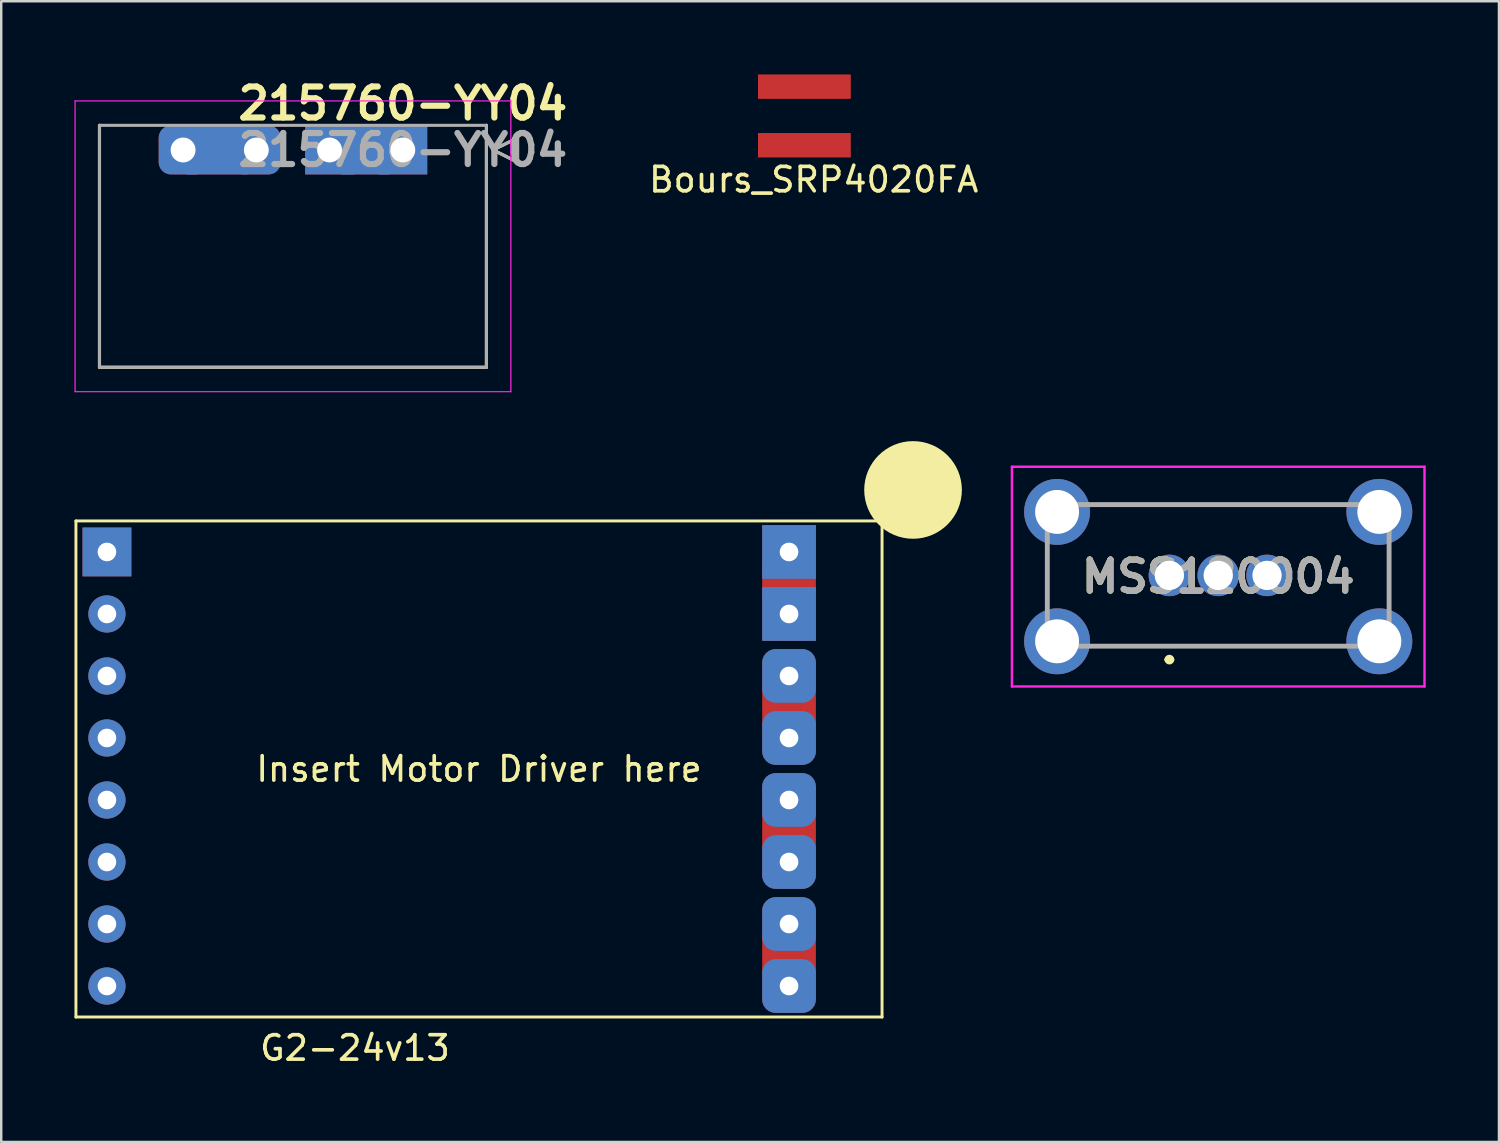
<source format=kicad_pcb>
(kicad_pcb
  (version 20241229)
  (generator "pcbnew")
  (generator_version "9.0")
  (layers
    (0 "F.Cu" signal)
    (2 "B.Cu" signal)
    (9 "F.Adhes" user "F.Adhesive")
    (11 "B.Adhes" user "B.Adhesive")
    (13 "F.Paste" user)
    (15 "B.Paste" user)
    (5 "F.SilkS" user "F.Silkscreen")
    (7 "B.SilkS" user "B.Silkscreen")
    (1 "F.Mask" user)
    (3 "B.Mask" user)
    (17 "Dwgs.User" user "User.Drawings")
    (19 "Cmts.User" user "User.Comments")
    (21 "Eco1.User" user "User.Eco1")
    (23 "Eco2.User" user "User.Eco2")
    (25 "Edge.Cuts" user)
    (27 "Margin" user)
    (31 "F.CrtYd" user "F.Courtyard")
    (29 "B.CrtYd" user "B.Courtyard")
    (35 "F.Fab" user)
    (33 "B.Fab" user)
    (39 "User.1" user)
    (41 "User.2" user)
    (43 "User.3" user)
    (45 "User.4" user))
  (footprint "215760-YY04"
    (layer "F.Cu")
    (at 13.45 3.094)
    (property "Reference" "215760-YY04" (at 0 -1.905 0) (layer "F.SilkS") (effects (font (size 1.27 1.27) (thickness 0.254))))
    (attr through_hole)
    (fp_line (start -12.425 8.9) (end -12.425 -1.01) (stroke (width 0.127) (type solid)) (layer "F.SilkS"))
    (fp_line (start 3.425 -1.01) (end 3.425 8.9) (stroke (width 0.127) (type solid)) (layer "F.SilkS"))
    (fp_line (start 3.425 8.9) (end -12.425 8.9) (stroke (width 0.127) (type solid)) (layer "F.SilkS"))
    (fp_line (start 3.7 0) (end 4.7 -0.5) (stroke (width 0.127) (type solid)) (layer "F.SilkS"))
    (fp_line (start 4.7 -0.5) (end 4.7 0.5) (stroke (width 0.127) (type solid)) (layer "F.SilkS"))
    (fp_line (start 4.7 0.5) (end 3.7 0) (stroke (width 0.127) (type solid)) (layer "F.SilkS"))
    (fp_line (start -13.425 -2.01) (end 4.425 -2.01) (stroke (width 0.05) (type solid)) (layer "F.CrtYd"))
    (fp_line (start -13.425 9.9) (end -13.425 -2.01) (stroke (width 0.05) (type solid)) (layer "F.CrtYd"))
    (fp_line (start 4.425 -2.01) (end 4.425 9.9) (stroke (width 0.05) (type solid)) (layer "F.CrtYd"))
    (fp_line (start 4.425 9.9) (end -13.425 9.9) (stroke (width 0.05) (type solid)) (layer "F.CrtYd"))
    (fp_line (start -12.425 -1.01) (end 3.425 -1.01) (stroke (width 0.127) (type solid)) (layer "F.Fab"))
    (fp_line (start -12.425 8.9) (end -12.425 -1.01) (stroke (width 0.127) (type solid)) (layer "F.Fab"))
    (fp_line (start 3.425 -1.01) (end 3.425 8.9) (stroke (width 0.127) (type solid)) (layer "F.Fab"))
    (fp_line (start 3.425 8.9) (end -12.425 8.9) (stroke (width 0.127) (type solid)) (layer "F.Fab"))
    (fp_line (start 3.7 0) (end 4.7 -0.5) (stroke (width 0.127) (type solid)) (layer "F.Fab"))
    (fp_line (start 4.7 -0.5) (end 4.7 0.5) (stroke (width 0.127) (type solid)) (layer "F.Fab"))
    (fp_line (start 4.7 0.5) (end 3.7 0) (stroke (width 0.127) (type solid)) (layer "F.Fab"))
    (fp_text user "${REFERENCE}" (at 0 0 0) (layer "F.Fab") (effects (font (size 1.27 1.27) (thickness 0.254))))
    (pad "" np_thru_hole circle (at -6.84 4.3) (size 0.001 0.001) (drill 3) (layers "*.Cu" "*.Mask"))
    (pad "" np_thru_hole circle (at -2.16 4.3) (size 0.001 0.001) (drill 3) (layers "*.Cu" "*.Mask"))
    (pad "1" thru_hole rect (at -3 0) (size 2 2) (drill 1.02) (layers "*.Cu" "*.Mask"))
    (pad "1" smd rect (at -1.524 0) (size 2 2) (layers "F.Cu" "F.Mask" "F.Paste"))
    (pad "1" smd rect (at -1.524 0) (size 2 2) (layers "B.Cu" "B.Mask" "B.Paste"))
    (pad "1" thru_hole rect (at 0 0) (size 2 2) (drill 1.02) (layers "*.Cu" "*.Mask"))
    (pad "2" thru_hole roundrect (at -9 0) (size 2 2) (drill 1.02) (layers "*.Cu" "*.Mask") (roundrect_rratio 0.25))
    (pad "2" smd rect (at -7.62 0) (size 2.5 2) (layers "F.Cu" "F.Mask" "F.Paste"))
    (pad "2" smd rect (at -7.62 0) (size 2.5 2) (layers "B.Cu" "B.Mask" "B.Paste"))
    (pad "2" thru_hole roundrect (at -6 0) (size 2 2) (drill 1.02) (layers "*.Cu" "*.Mask") (roundrect_rratio 0.25)))
  (footprint "Bours_SRP4020FA"
    (layer "F.Cu")
    (at 29.899 1.77)
    (property "Reference" "Bours_SRP4020FA" (at 0.381 2.54 0) (layer "F.SilkS") (effects (font (size 1 1) (thickness 0.15))))
    (attr through_hole)
    (pad "1" smd rect (at 0 -1.27) (size 3.8 1) (layers "F.Cu" "F.Mask" "F.Paste"))
    (pad "2" smd rect (at 0 1.13) (size 3.8 1) (layers "F.Cu" "F.Mask" "F.Paste")))
  (footprint "G2-24v13"
    (layer "F.Cu")
    (at 16.57 28.449)
    (property "Reference" "G2-24v13" (at -5.08 11.43 0) (layer "F.SilkS") (effects (font (size 1 1) (thickness 0.15))))
    (attr through_hole)
    (fp_line (start -16.51 -10.16) (end 16.51 -10.16) (stroke (width 0.12) (type solid)) (layer "F.SilkS"))
    (fp_line (start -16.51 10.16) (end -16.51 -10.16) (stroke (width 0.12) (type solid)) (layer "F.SilkS"))
    (fp_line (start -16.51 10.16) (end 16.51 10.16) (stroke (width 0.12) (type solid)) (layer "F.SilkS"))
    (fp_line (start 16.51 10.16) (end 16.51 -10.16) (stroke (width 0.12) (type solid)) (layer "F.SilkS"))
    (fp_circle (center 17.78 -11.43) (end 17.78 -11.43) (stroke (width 2) (type solid)) (fill no) (layer "F.SilkS"))
    (fp_text user "Insert Motor Driver here" (at 0 0 0) (layer "F.SilkS") (effects (font (size 1 1) (thickness 0.15))))
    (pad "1" thru_hole rect (at 12.7 -8.89 180) (size 2.2 2.2) (drill 0.762) (layers "*.Cu" "*.Mask"))
    (pad "1" smd rect (at 12.7 -7.62 180) (size 2.2 1.5) (layers "F.Cu" "F.Mask" "F.Paste"))
    (pad "1" thru_hole rect (at 12.7 -6.35 180) (size 2.2 2.2) (drill 0.762) (layers "*.Cu" "*.Mask"))
    (pad "2" thru_hole roundrect (at 12.7 -3.81 180) (size 2.2 2.2) (drill 0.762) (layers "*.Cu" "*.Mask") (roundrect_rratio 0.25))
    (pad "2" smd rect (at 12.7 -2.54 180) (size 2.2 1.5) (layers "F.Cu" "F.Mask" "F.Paste"))
    (pad "2" thru_hole roundrect (at 12.7 -1.27 180) (size 2.2 2.2) (drill 0.762) (layers "*.Cu" "*.Mask") (roundrect_rratio 0.25))
    (pad "3" thru_hole roundrect (at 12.7 1.27 180) (size 2.2 2.2) (drill 0.762) (layers "*.Cu" "*.Mask") (roundrect_rratio 0.25))
    (pad "3" smd rect (at 12.7 2.54 180) (size 2.2 1.5) (layers "F.Cu" "F.Mask" "F.Paste"))
    (pad "3" thru_hole roundrect (at 12.7 3.81 180) (size 2.2 2.2) (drill 0.762) (layers "*.Cu" "*.Mask") (roundrect_rratio 0.25))
    (pad "4" thru_hole roundrect (at 12.7 6.35 180) (size 2.2 2.2) (drill 0.762) (layers "*.Cu" "*.Mask") (roundrect_rratio 0.25))
    (pad "4" smd rect (at 12.7 7.62 180) (size 2.2 1.5) (layers "F.Cu" "F.Mask" "F.Paste"))
    (pad "4" thru_hole roundrect (at 12.7 8.89 180) (size 2.2 2.2) (drill 0.762) (layers "*.Cu" "*.Mask") (roundrect_rratio 0.25))
    (pad "5" thru_hole rect (at -15.24 -8.89) (size 2 2) (drill 0.762) (layers "*.Cu" "*.Mask"))
    (pad "6" thru_hole circle (at -15.24 -6.35) (size 1.524 1.524) (drill 0.762) (layers "*.Cu" "*.Mask"))
    (pad "7" thru_hole circle (at -15.24 -3.81) (size 1.524 1.524) (drill 0.762) (layers "*.Cu" "*.Mask"))
    (pad "8" thru_hole circle (at -15.24 -1.27) (size 1.524 1.524) (drill 0.762) (layers "*.Cu" "*.Mask"))
    (pad "9" thru_hole circle (at -15.24 1.27) (size 1.524 1.524) (drill 0.762) (layers "*.Cu" "*.Mask"))
    (pad "10" thru_hole circle (at -15.24 3.81) (size 1.524 1.524) (drill 0.762) (layers "*.Cu" "*.Mask"))
    (pad "11" thru_hole circle (at -15.24 6.35) (size 1.524 1.524) (drill 0.762) (layers "*.Cu" "*.Mask"))
    (pad "12" thru_hole circle (at -15.24 8.89) (size 1.524 1.524) (drill 0.762) (layers "*.Cu" "*.Mask")))
  (footprint "MSS120004"
    (layer "F.Cu")
    (at 44.85 20.519)
    (property "Reference" "MSS120004" (at 2 0.05 0) (layer "F.SilkS") (effects (font (size 1.27 1.27) (thickness 0.254))))
    (attr through_hole)
    (fp_line (start -5 -0.5) (end -5 0.5) (stroke (width 0.1) (type solid)) (layer "F.SilkS"))
    (fp_line (start -2.5 -2.9) (end 6.5 -2.9) (stroke (width 0.1) (type solid)) (layer "F.SilkS"))
    (fp_line (start -2.5 2.9) (end 6.5 2.9) (stroke (width 0.1) (type solid)) (layer "F.SilkS"))
    (fp_line (start -0.1 3.45) (end -0.1 3.45) (stroke (width 0.2) (type solid)) (layer "F.SilkS"))
    (fp_line (start 0.1 3.45) (end 0.1 3.45) (stroke (width 0.2) (type solid)) (layer "F.SilkS"))
    (fp_line (start 9 -0.5) (end 9 0.5) (stroke (width 0.1) (type solid)) (layer "F.SilkS"))
    (fp_arc (start -0.1 3.45) (mid 0 3.35) (end 0.1 3.45) (stroke (width 0.2) (type solid)) (layer "F.SilkS"))
    (fp_arc (start 0.1 3.45) (mid 0 3.55) (end -0.1 3.45) (stroke (width 0.2) (type solid)) (layer "F.SilkS"))
    (fp_line (start -6.45 -4.45) (end 10.45 -4.45) (stroke (width 0.1) (type solid)) (layer "F.CrtYd"))
    (fp_line (start -6.45 4.55) (end -6.45 -4.45) (stroke (width 0.1) (type solid)) (layer "F.CrtYd"))
    (fp_line (start 10.45 -4.45) (end 10.45 4.55) (stroke (width 0.1) (type solid)) (layer "F.CrtYd"))
    (fp_line (start 10.45 4.55) (end -6.45 4.55) (stroke (width 0.1) (type solid)) (layer "F.CrtYd"))
    (fp_line (start -5 -2.9) (end 9 -2.9) (stroke (width 0.2) (type solid)) (layer "F.Fab"))
    (fp_line (start -5 2.9) (end -5 -2.9) (stroke (width 0.2) (type solid)) (layer "F.Fab"))
    (fp_line (start 9 -2.9) (end 9 2.9) (stroke (width 0.2) (type solid)) (layer "F.Fab"))
    (fp_line (start 9 2.9) (end -5 2.9) (stroke (width 0.2) (type solid)) (layer "F.Fab"))
    (fp_text user "${REFERENCE}" (at 2 0.05 0) (layer "F.Fab") (effects (font (size 1.27 1.27) (thickness 0.254))))
    (pad "1" thru_hole circle (at 0 0) (size 1.7 1.7) (drill 1.2) (layers "*.Cu" "*.Mask"))
    (pad "2" thru_hole circle (at 2 0) (size 1.7 1.7) (drill 1.2) (layers "*.Cu" "*.Mask"))
    (pad "3" thru_hole circle (at 4 0) (size 1.7 1.7) (drill 1.2) (layers "*.Cu" "*.Mask"))
    (pad "MH1" thru_hole circle (at -4.6 -2.6) (size 2.7 2.7) (drill 1.8) (layers "*.Cu" "*.Mask"))
    (pad "MH2" thru_hole circle (at 8.6 -2.6) (size 2.7 2.7) (drill 1.8) (layers "*.Cu" "*.Mask"))
    (pad "MH3" thru_hole circle (at 8.6 2.7) (size 2.7 2.7) (drill 1.8) (layers "*.Cu" "*.Mask"))
    (pad "MH4" thru_hole circle (at -4.6 2.7) (size 2.7 2.7) (drill 1.8) (layers "*.Cu" "*.Mask")))
  (gr_rect
    (start -3 -3)
    (end 58.35 43.727)
    (stroke (width 0.1) (type default))
    (fill no)
    (layer "Edge.Cuts")))
</source>
